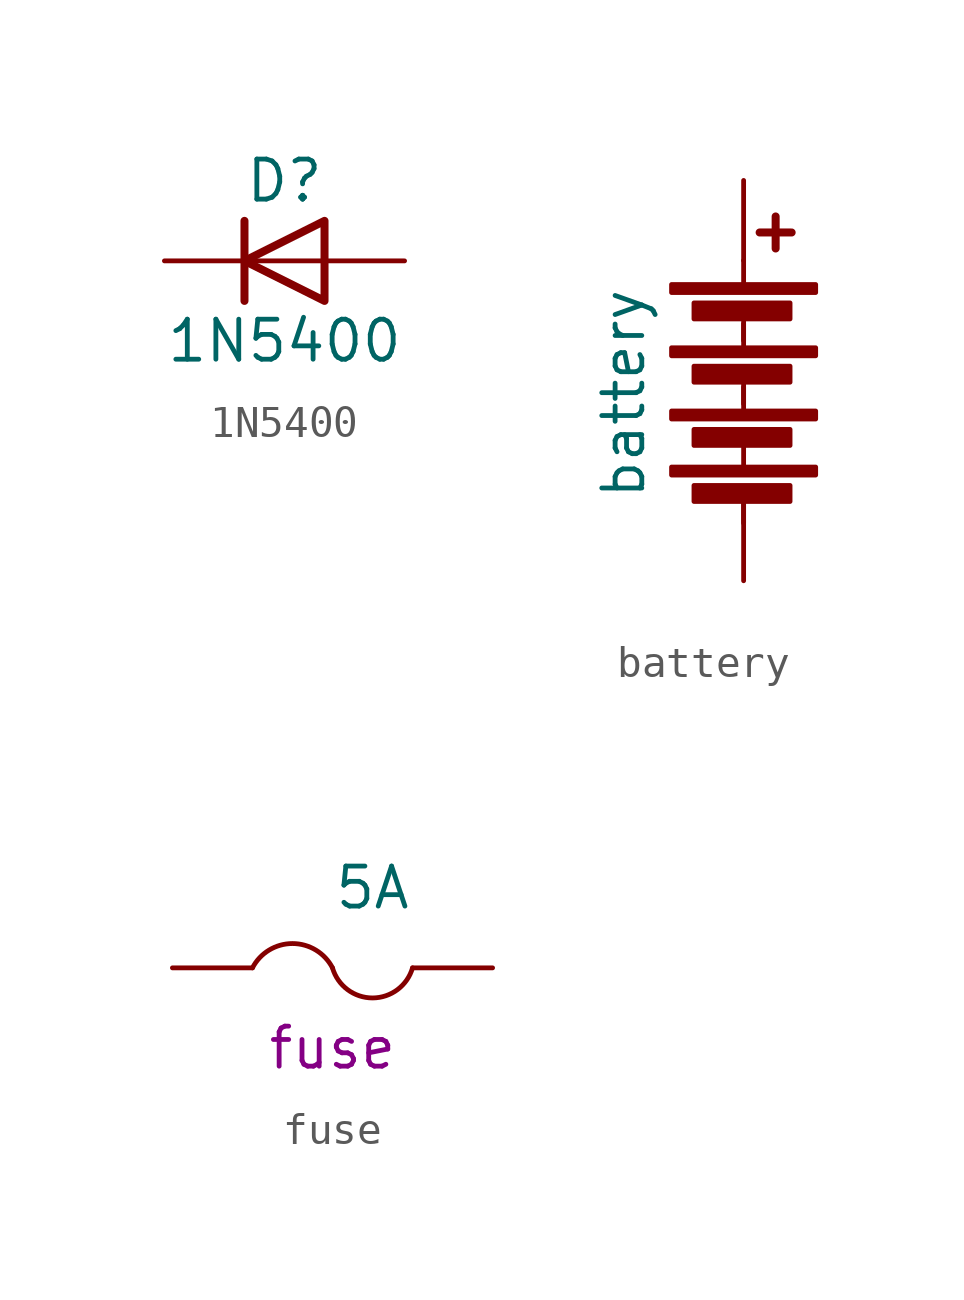
<source format=kicad_sym>
(kicad_symbol_lib
  (version 20220914)
  (generator kicad_symbol_editor)
  (symbol "1N5400"
    (pin_numbers hide)
    (pin_names hide)
    (property "Reference" "D"
      (at 0 2.54 0)
      (effects (font (size 1.27 1.27))))
    (property "Value" "1N5400"
      (at 0 -2.54 0)
      (effects (font (size 1.27 1.27))))
    (symbol "1N5400_0_1"
      (polyline (pts (xy -1.27 1.27) (xy -1.27 -1.27)) (stroke (width 0.254) (type default)) (fill (type none)))
      (polyline (pts (xy 1.27 0) (xy -1.27 0)) (stroke (width 0) (type default)) (fill (type none)))
      (polyline (pts (xy 1.27 1.27) (xy 1.27 -1.27) (xy -1.27 0) (xy 1.27 1.27)) (stroke (width 0.254) (type default)) (fill (type none))))
    (symbol "1N5400_1_1"
      (pin passive line (at -3.81 0 0) (length 2.54) (name "K" (effects (font (size 1.27 1.27)))) (number "1" (effects (font (size 1.27 1.27)))))
      (pin passive line (at 3.81 0 180) (length 2.54) (name "A" (effects (font (size 1.27 1.27)))) (number "2" (effects (font (size 1.27 1.27)))))))
  (symbol "battery"
    (pin_numbers hide)
    (pin_names
      (offset 0) hide)
    (property "Reference" "BT"
      (at 2.54 2.54 0)
      (effects (font (size 1.27 1.27)) (justify left) hide))
    (property "Value" "battery"
      (at -3.81 -5.08 90)
      (effects (font (size 1.27 1.27)) (justify left)))
    (symbol "battery_0_1"
      (rectangle (start -2.286 -4.013) (end 2.286 -4.267) (stroke (width 0) (type default)) (fill (type outline)))
      (rectangle (start -2.286 -2.235) (end 2.286 -2.489) (stroke (width 0) (type default)) (fill (type outline)))
      (rectangle (start -2.286 -0.229) (end 2.286 -0.483) (stroke (width 0) (type default)) (fill (type outline)))
      (rectangle (start -2.286 1.778) (end 2.286 1.524) (stroke (width 0) (type default)) (fill (type outline)))
      (rectangle (start -1.575 -4.597) (end 1.473 -5.105) (stroke (width 0) (type default)) (fill (type outline)))
      (rectangle (start -1.575 -2.819) (end 1.473 -3.327) (stroke (width 0) (type default)) (fill (type outline)))
      (rectangle (start -1.575 -0.813) (end 1.473 -1.321) (stroke (width 0) (type default)) (fill (type outline)))
      (rectangle (start -1.575 1.194) (end 1.473 0.686) (stroke (width 0) (type default)) (fill (type outline)))
      (polyline (pts (xy 0 -5.029) (xy 0 -5.791)) (stroke (width 0) (type default)) (fill (type none)))
      (polyline (pts (xy 0 -3.251) (xy 0 -4.013)) (stroke (width 0) (type default)) (fill (type none)))
      (polyline (pts (xy 0 -2.235) (xy 0 -1.473)) (stroke (width 0) (type default)) (fill (type none)))
      (polyline (pts (xy 0 -1.245) (xy 0 -2.007)) (stroke (width 0) (type default)) (fill (type none)))
      (polyline (pts (xy 0 -0.229) (xy 0 0.533)) (stroke (width 0) (type default)) (fill (type none)))
      (polyline (pts (xy 0 0.762) (xy 0 0)) (stroke (width 0) (type default)) (fill (type none)))
      (polyline (pts (xy 0 1.778) (xy 0 2.54)) (stroke (width 0) (type default)) (fill (type none)))
      (polyline (pts (xy 0.508 3.429) (xy 1.524 3.429)) (stroke (width 0.254) (type default)) (fill (type none)))
      (polyline (pts (xy 1.016 3.937) (xy 1.016 2.921)) (stroke (width 0.254) (type default)) (fill (type none))))
    (symbol "battery_1_1"
      (pin passive line (at 0 5.08 270) (length 2.54) (name "+" (effects (font (size 1.27 1.27)))) (number "1" (effects (font (size 1.27 1.27)))))
      (pin passive line (at 0 -7.62 90) (length 2.54) (name "-" (effects (font (size 1.27 1.27)))) (number "2" (effects (font (size 1.27 1.27)))))))
  (symbol "fuse"
    (pin_numbers hide)
    (pin_names
      (offset 0) hide)
    (property "Reference" "F"
      (at -2.21 2.489 0)
      (effects (font (size 1.27 1.27)) hide))
    (property "Value" "5A"
      (at 1.27 2.54 0)
      (effects (font (size 1.27 1.27))))
    (property "label" "fuse"
      (at 0 -2.54 0)
      (effects (font (size 1.27 1.27))))
    (symbol "fuse_0_1"
      (arc (start 0 -0.0025) (mid 1.2709 -0.9548) (end 2.54 0) (stroke (width 0) (type default)) (fill (type none)))
      (arc (start 0 0) (mid -1.27 0.7717) (end -2.54 0) (stroke (width 0) (type default)) (fill (type none))))
    (symbol "fuse_1_1"
      (pin input line (at -5.08 0 0) (length 2.54) (name "~" (effects (font (size 1.27 1.27)))) (number "" (effects (font (size 1.27 1.27)))))
      (pin input line (at 5.08 0 180) (length 2.54) (name "~" (effects (font (size 1.27 1.27)))) (number "" (effects (font (size 1.27 1.27))))))))
</source>
